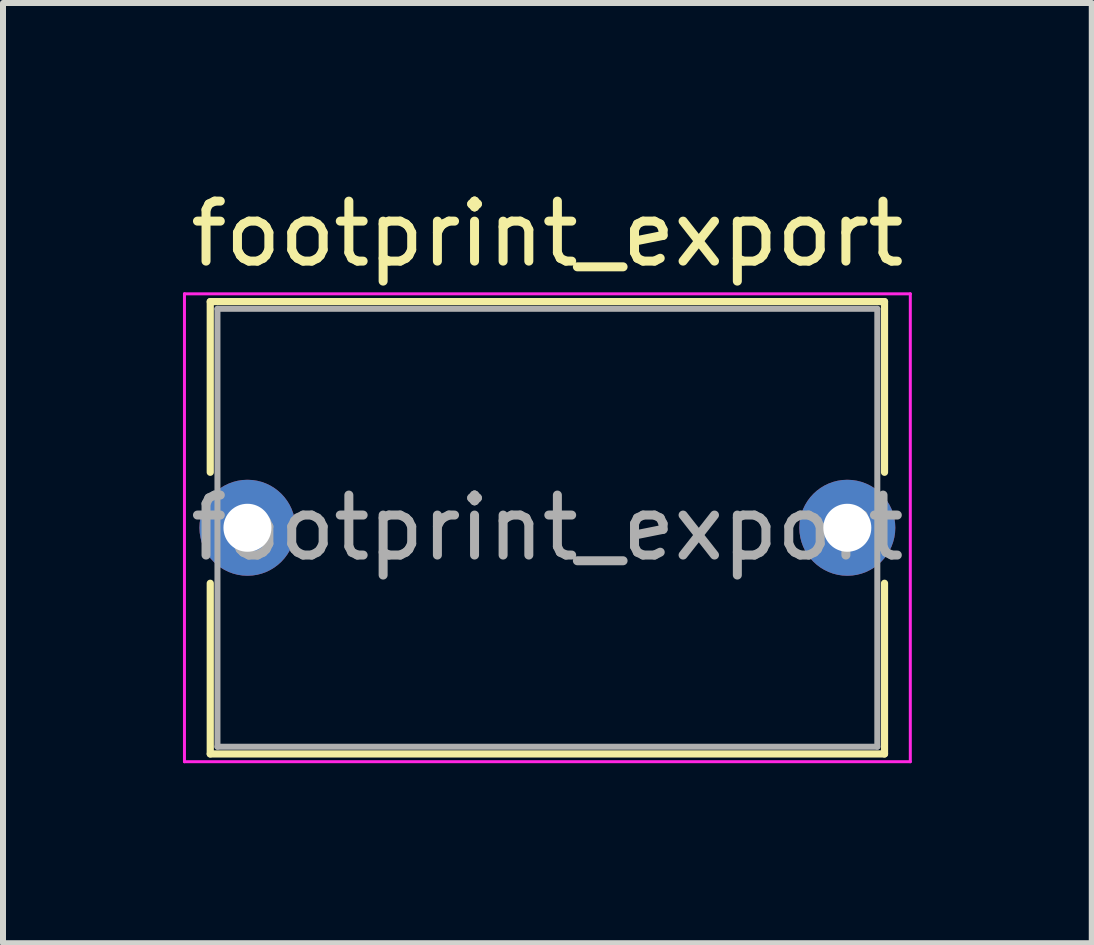
<source format=kicad_pcb>
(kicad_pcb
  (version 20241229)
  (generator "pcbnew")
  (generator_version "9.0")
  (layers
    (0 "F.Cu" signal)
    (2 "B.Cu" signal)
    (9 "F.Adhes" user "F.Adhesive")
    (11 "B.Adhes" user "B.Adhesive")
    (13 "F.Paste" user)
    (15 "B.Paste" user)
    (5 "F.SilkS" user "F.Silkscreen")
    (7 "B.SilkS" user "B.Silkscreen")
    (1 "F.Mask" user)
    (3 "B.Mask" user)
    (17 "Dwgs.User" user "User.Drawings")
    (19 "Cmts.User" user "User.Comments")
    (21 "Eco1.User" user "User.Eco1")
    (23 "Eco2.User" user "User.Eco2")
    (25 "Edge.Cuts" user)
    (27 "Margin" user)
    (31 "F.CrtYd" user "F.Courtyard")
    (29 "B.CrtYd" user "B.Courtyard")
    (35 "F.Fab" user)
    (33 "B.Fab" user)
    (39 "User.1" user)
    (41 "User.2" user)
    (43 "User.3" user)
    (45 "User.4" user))
  (footprint "footprint_export"
    (layer "F.Cu")
    (at 1.075 5.748)
    (property "Reference" "footprint_export" (at 5 -4.9 0) (layer "F.SilkS") (effects (font (size 1 1) (thickness 0.15))))
    (attr through_hole)
    (fp_line (start -0.62 -3.77) (end -0.62 -0.925) (stroke (width 0.12) (type solid)) (layer "F.SilkS"))
    (fp_line (start -0.62 -3.77) (end 10.62 -3.77) (stroke (width 0.12) (type solid)) (layer "F.SilkS"))
    (fp_line (start -0.62 0.925) (end -0.62 3.77) (stroke (width 0.12) (type solid)) (layer "F.SilkS"))
    (fp_line (start -0.62 3.77) (end 10.62 3.77) (stroke (width 0.12) (type solid)) (layer "F.SilkS"))
    (fp_line (start 10.62 -3.77) (end 10.62 -0.925) (stroke (width 0.12) (type solid)) (layer "F.SilkS"))
    (fp_line (start 10.62 0.925) (end 10.62 3.77) (stroke (width 0.12) (type solid)) (layer "F.SilkS"))
    (fp_line (start -1.05 -3.9) (end -1.05 3.9) (stroke (width 0.05) (type solid)) (layer "F.CrtYd"))
    (fp_line (start -1.05 3.9) (end 11.05 3.9) (stroke (width 0.05) (type solid)) (layer "F.CrtYd"))
    (fp_line (start 11.05 -3.9) (end -1.05 -3.9) (stroke (width 0.05) (type solid)) (layer "F.CrtYd"))
    (fp_line (start 11.05 3.9) (end 11.05 -3.9) (stroke (width 0.05) (type solid)) (layer "F.CrtYd"))
    (fp_line (start -0.5 -3.65) (end -0.5 3.65) (stroke (width 0.1) (type solid)) (layer "F.Fab"))
    (fp_line (start -0.5 3.65) (end 10.5 3.65) (stroke (width 0.1) (type solid)) (layer "F.Fab"))
    (fp_line (start 10.5 -3.65) (end -0.5 -3.65) (stroke (width 0.1) (type solid)) (layer "F.Fab"))
    (fp_line (start 10.5 3.65) (end 10.5 -3.65) (stroke (width 0.1) (type solid)) (layer "F.Fab"))
    (fp_text user "${REFERENCE}" (at 5 0 0) (layer "F.Fab") (effects (font (size 1 1) (thickness 0.15))))
    (pad "1" thru_hole circle (at 0 0) (size 1.6 1.6) (drill 0.8) (layers "*.Cu" "*.Mask"))
    (pad "2" thru_hole circle (at 10 0) (size 1.6 1.6) (drill 0.8) (layers "*.Cu" "*.Mask")))
  (gr_rect
    (start -3 -3)
    (end 15.15 12.673)
    (stroke (width 0.1) (type default))
    (fill no)
    (layer "Edge.Cuts")))
</source>
